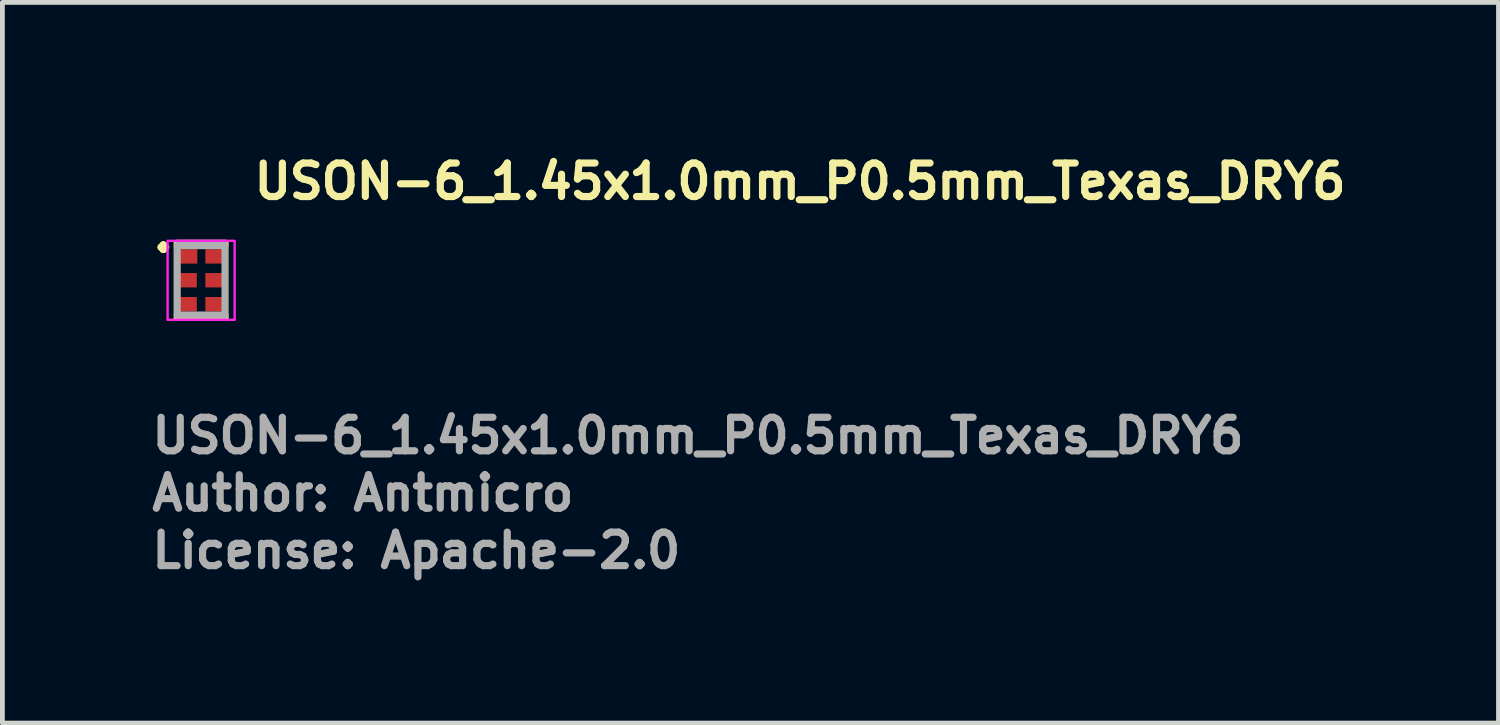
<source format=kicad_pcb>
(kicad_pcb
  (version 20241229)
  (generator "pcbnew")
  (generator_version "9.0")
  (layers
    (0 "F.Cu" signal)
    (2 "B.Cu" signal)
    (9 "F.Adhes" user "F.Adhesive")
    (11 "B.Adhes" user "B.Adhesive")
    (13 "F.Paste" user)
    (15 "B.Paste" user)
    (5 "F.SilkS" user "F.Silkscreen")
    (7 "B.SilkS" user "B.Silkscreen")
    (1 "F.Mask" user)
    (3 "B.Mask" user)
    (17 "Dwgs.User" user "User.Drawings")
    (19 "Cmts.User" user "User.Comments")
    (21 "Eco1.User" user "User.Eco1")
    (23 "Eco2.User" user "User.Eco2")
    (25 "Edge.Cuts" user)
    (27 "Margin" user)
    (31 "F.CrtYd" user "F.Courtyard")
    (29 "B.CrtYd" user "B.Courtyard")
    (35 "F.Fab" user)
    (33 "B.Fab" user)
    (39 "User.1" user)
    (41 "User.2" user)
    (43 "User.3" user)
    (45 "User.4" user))
  (footprint "USON-6_1.45x1.0mm_P0.5mm_Texas_DRY6"
    (layer "F.Cu")
    (at 0.863 2.308)
    (property "Reference" "USON-6_1.45x1.0mm_P0.5mm_Texas_DRY6" (at 1.322 -1.158 0) (layer "F.SilkS") (effects (font (size 0.7 0.7) (thickness 0.15)) (justify left bottom)))
    (attr smd)
    (fp_line (start -0.211 -0.275) (end 0.79 -0.275) (stroke (width 0.15) (type solid)) (layer "F.SilkS"))
    (fp_line (start -0.211 1.275) (end 0.79 1.275) (stroke (width 0.15) (type solid)) (layer "F.SilkS"))
    (fp_rect (start -0.411 -0.326) (end 0.99 1.325) (stroke (width 0.05) (type solid)) (fill no) (layer "F.CrtYd"))
    (fp_line (start -0.211 -0.226) (end -0.211 1.225) (stroke (width 0.15) (type solid)) (layer "F.Fab"))
    (fp_line (start -0.211 -0.226) (end 0.79 -0.226) (stroke (width 0.15) (type solid)) (layer "F.Fab"))
    (fp_line (start -0.211 1.225) (end 0.79 1.225) (stroke (width 0.15) (type solid)) (layer "F.Fab"))
    (fp_line (start 0.79 1.225) (end 0.79 -0.226) (stroke (width 0.15) (type solid)) (layer "F.Fab"))
    (fp_rect (start -0.211 -0.226) (end 0.79 1.225) (stroke (width 0.1) (type solid)) (fill no) (layer "User.5"))
    (fp_line (start -0.211 -0.226) (end -0.211 1.225) (stroke (width 0.02) (type solid)) (layer "User.9"))
    (fp_line (start -0.211 1.225) (end 0.79 1.225) (stroke (width 0.02) (type solid)) (layer "User.9"))
    (fp_line (start -0.102 -0.03) (end -0.102 -0.026) (stroke (width 0.02) (type solid)) (layer "User.9"))
    (fp_line (start -0.102 -0.03) (end -0.102 -0.026) (stroke (width 0.02) (type solid)) (layer "User.9"))
    (fp_line (start -0.102 -0.026) (end -0.102 -0.022) (stroke (width 0.02) (type solid)) (layer "User.9"))
    (fp_line (start -0.102 -0.026) (end -0.102 -0.022) (stroke (width 0.02) (type solid)) (layer "User.9"))
    (fp_line (start -0.102 -0.022) (end -0.102 -0.018) (stroke (width 0.02) (type solid)) (layer "User.9"))
    (fp_line (start -0.102 -0.022) (end -0.102 -0.018) (stroke (width 0.02) (type solid)) (layer "User.9"))
    (fp_line (start -0.102 -0.018) (end -0.102 -0.014) (stroke (width 0.02) (type solid)) (layer "User.9"))
    (fp_line (start -0.102 -0.018) (end -0.102 -0.014) (stroke (width 0.02) (type solid)) (layer "User.9"))
    (fp_line (start -0.102 -0.014) (end -0.101 -0.01) (stroke (width 0.02) (type solid)) (layer "User.9"))
    (fp_line (start -0.102 -0.014) (end -0.101 -0.01) (stroke (width 0.02) (type solid)) (layer "User.9"))
    (fp_line (start -0.101 -0.034) (end -0.102 -0.03) (stroke (width 0.02) (type solid)) (layer "User.9"))
    (fp_line (start -0.101 -0.034) (end -0.102 -0.03) (stroke (width 0.02) (type solid)) (layer "User.9"))
    (fp_line (start -0.101 -0.01) (end -0.1 -0.005) (stroke (width 0.02) (type solid)) (layer "User.9"))
    (fp_line (start -0.101 -0.01) (end -0.1 -0.005) (stroke (width 0.02) (type solid)) (layer "User.9"))
    (fp_line (start -0.1 -0.037) (end -0.101 -0.034) (stroke (width 0.02) (type solid)) (layer "User.9"))
    (fp_line (start -0.1 -0.037) (end -0.101 -0.034) (stroke (width 0.02) (type solid)) (layer "User.9"))
    (fp_line (start -0.1 -0.005) (end -0.099 -0.001) (stroke (width 0.02) (type solid)) (layer "User.9"))
    (fp_line (start -0.1 -0.005) (end -0.099 -0.001) (stroke (width 0.02) (type solid)) (layer "User.9"))
    (fp_line (start -0.099 -0.042) (end -0.1 -0.037) (stroke (width 0.02) (type solid)) (layer "User.9"))
    (fp_line (start -0.099 -0.042) (end -0.1 -0.037) (stroke (width 0.02) (type solid)) (layer "User.9"))
    (fp_line (start -0.099 -0.001) (end -0.098 0.003) (stroke (width 0.02) (type solid)) (layer "User.9"))
    (fp_line (start -0.099 -0.001) (end -0.098 0.003) (stroke (width 0.02) (type solid)) (layer "User.9"))
    (fp_line (start -0.098 -0.044) (end -0.099 -0.042) (stroke (width 0.02) (type solid)) (layer "User.9"))
    (fp_line (start -0.098 -0.044) (end -0.099 -0.042) (stroke (width 0.02) (type solid)) (layer "User.9"))
    (fp_line (start -0.098 0.003) (end -0.095 0.007) (stroke (width 0.02) (type solid)) (layer "User.9"))
    (fp_line (start -0.098 0.003) (end -0.095 0.007) (stroke (width 0.02) (type solid)) (layer "User.9"))
    (fp_line (start -0.095 -0.048) (end -0.098 -0.044) (stroke (width 0.02) (type solid)) (layer "User.9"))
    (fp_line (start -0.095 -0.048) (end -0.098 -0.044) (stroke (width 0.02) (type solid)) (layer "User.9"))
    (fp_line (start -0.095 0.007) (end -0.093 0.01) (stroke (width 0.02) (type solid)) (layer "User.9"))
    (fp_line (start -0.095 0.007) (end -0.093 0.01) (stroke (width 0.02) (type solid)) (layer "User.9"))
    (fp_line (start -0.093 -0.053) (end -0.095 -0.048) (stroke (width 0.02) (type solid)) (layer "User.9"))
    (fp_line (start -0.093 -0.053) (end -0.095 -0.048) (stroke (width 0.02) (type solid)) (layer "User.9"))
    (fp_line (start -0.093 -0.053) (end -0.093 -0.053) (stroke (width 0.02) (type solid)) (layer "User.9"))
    (fp_line (start -0.093 -0.053) (end -0.093 -0.053) (stroke (width 0.02) (type solid)) (layer "User.9"))
    (fp_line (start -0.093 0.01) (end -0.093 0.01) (stroke (width 0.02) (type solid)) (layer "User.9"))
    (fp_line (start -0.093 0.01) (end -0.093 0.01) (stroke (width 0.02) (type solid)) (layer "User.9"))
    (fp_line (start -0.093 0.01) (end -0.092 0.012) (stroke (width 0.02) (type solid)) (layer "User.9"))
    (fp_line (start -0.093 0.01) (end -0.092 0.012) (stroke (width 0.02) (type solid)) (layer "User.9"))
    (fp_line (start -0.092 0.012) (end -0.091 0.014) (stroke (width 0.02) (type solid)) (layer "User.9"))
    (fp_line (start -0.092 0.012) (end -0.091 0.014) (stroke (width 0.02) (type solid)) (layer "User.9"))
    (fp_line (start -0.091 -0.055) (end -0.093 -0.053) (stroke (width 0.02) (type solid)) (layer "User.9"))
    (fp_line (start -0.091 -0.055) (end -0.093 -0.053) (stroke (width 0.02) (type solid)) (layer "User.9"))
    (fp_line (start -0.091 0.014) (end -0.09 0.014) (stroke (width 0.02) (type solid)) (layer "User.9"))
    (fp_line (start -0.091 0.014) (end -0.09 0.014) (stroke (width 0.02) (type solid)) (layer "User.9"))
    (fp_line (start -0.09 0.014) (end -0.089 0.017) (stroke (width 0.02) (type solid)) (layer "User.9"))
    (fp_line (start -0.09 0.014) (end -0.089 0.017) (stroke (width 0.02) (type solid)) (layer "User.9"))
    (fp_line (start -0.089 -0.06) (end -0.091 -0.055) (stroke (width 0.02) (type solid)) (layer "User.9"))
    (fp_line (start -0.089 -0.06) (end -0.091 -0.055) (stroke (width 0.02) (type solid)) (layer "User.9"))
    (fp_line (start -0.089 0.017) (end -0.088 0.018) (stroke (width 0.02) (type solid)) (layer "User.9"))
    (fp_line (start -0.089 0.017) (end -0.088 0.018) (stroke (width 0.02) (type solid)) (layer "User.9"))
    (fp_line (start -0.088 0.018) (end -0.087 0.02) (stroke (width 0.02) (type solid)) (layer "User.9"))
    (fp_line (start -0.088 0.018) (end -0.087 0.02) (stroke (width 0.02) (type solid)) (layer "User.9"))
    (fp_line (start -0.087 -0.062) (end -0.089 -0.06) (stroke (width 0.02) (type solid)) (layer "User.9"))
    (fp_line (start -0.087 -0.062) (end -0.089 -0.06) (stroke (width 0.02) (type solid)) (layer "User.9"))
    (fp_line (start -0.087 0.02) (end -0.086 0.021) (stroke (width 0.02) (type solid)) (layer "User.9"))
    (fp_line (start -0.087 0.02) (end -0.086 0.021) (stroke (width 0.02) (type solid)) (layer "User.9"))
    (fp_line (start -0.086 0.021) (end -0.084 0.022) (stroke (width 0.02) (type solid)) (layer "User.9"))
    (fp_line (start -0.086 0.021) (end -0.084 0.022) (stroke (width 0.02) (type solid)) (layer "User.9"))
    (fp_line (start -0.084 -0.066) (end -0.087 -0.062) (stroke (width 0.02) (type solid)) (layer "User.9"))
    (fp_line (start -0.084 -0.066) (end -0.087 -0.062) (stroke (width 0.02) (type solid)) (layer "User.9"))
    (fp_line (start -0.084 0.022) (end -0.083 0.025) (stroke (width 0.02) (type solid)) (layer "User.9"))
    (fp_line (start -0.084 0.022) (end -0.083 0.025) (stroke (width 0.02) (type solid)) (layer "User.9"))
    (fp_line (start -0.083 0.025) (end -0.08 0.026) (stroke (width 0.02) (type solid)) (layer "User.9"))
    (fp_line (start -0.083 0.025) (end -0.08 0.026) (stroke (width 0.02) (type solid)) (layer "User.9"))
    (fp_line (start -0.08 -0.069) (end -0.084 -0.066) (stroke (width 0.02) (type solid)) (layer "User.9"))
    (fp_line (start -0.08 -0.069) (end -0.084 -0.066) (stroke (width 0.02) (type solid)) (layer "User.9"))
    (fp_line (start -0.08 0.026) (end -0.079 0.026) (stroke (width 0.02) (type solid)) (layer "User.9"))
    (fp_line (start -0.08 0.026) (end -0.079 0.026) (stroke (width 0.02) (type solid)) (layer "User.9"))
    (fp_line (start -0.079 0.026) (end -0.077 0.028) (stroke (width 0.02) (type solid)) (layer "User.9"))
    (fp_line (start -0.079 0.026) (end -0.077 0.028) (stroke (width 0.02) (type solid)) (layer "User.9"))
    (fp_line (start -0.077 -0.071) (end -0.08 -0.069) (stroke (width 0.02) (type solid)) (layer "User.9"))
    (fp_line (start -0.077 -0.071) (end -0.08 -0.069) (stroke (width 0.02) (type solid)) (layer "User.9"))
    (fp_line (start -0.077 0.028) (end -0.075 0.029) (stroke (width 0.02) (type solid)) (layer "User.9"))
    (fp_line (start -0.077 0.028) (end -0.075 0.029) (stroke (width 0.02) (type solid)) (layer "User.9"))
    (fp_line (start -0.075 0.029) (end -0.074 0.03) (stroke (width 0.02) (type solid)) (layer "User.9"))
    (fp_line (start -0.075 0.029) (end -0.074 0.03) (stroke (width 0.02) (type solid)) (layer "User.9"))
    (fp_line (start -0.074 -0.073) (end -0.077 -0.071) (stroke (width 0.02) (type solid)) (layer "User.9"))
    (fp_line (start -0.074 -0.073) (end -0.077 -0.071) (stroke (width 0.02) (type solid)) (layer "User.9"))
    (fp_line (start -0.074 0.03) (end -0.073 0.032) (stroke (width 0.02) (type solid)) (layer "User.9"))
    (fp_line (start -0.074 0.03) (end -0.073 0.032) (stroke (width 0.02) (type solid)) (layer "User.9"))
    (fp_line (start -0.073 0.032) (end -0.071 0.033) (stroke (width 0.02) (type solid)) (layer "User.9"))
    (fp_line (start -0.073 0.032) (end -0.071 0.033) (stroke (width 0.02) (type solid)) (layer "User.9"))
    (fp_line (start -0.071 -0.075) (end -0.074 -0.073) (stroke (width 0.02) (type solid)) (layer "User.9"))
    (fp_line (start -0.071 -0.075) (end -0.074 -0.073) (stroke (width 0.02) (type solid)) (layer "User.9"))
    (fp_line (start -0.071 0.033) (end -0.07 0.034) (stroke (width 0.02) (type solid)) (layer "User.9"))
    (fp_line (start -0.071 0.033) (end -0.07 0.034) (stroke (width 0.02) (type solid)) (layer "User.9"))
    (fp_line (start -0.07 0.034) (end -0.068 0.035) (stroke (width 0.02) (type solid)) (layer "User.9"))
    (fp_line (start -0.07 0.034) (end -0.068 0.035) (stroke (width 0.02) (type solid)) (layer "User.9"))
    (fp_line (start -0.068 -0.076) (end -0.071 -0.075) (stroke (width 0.02) (type solid)) (layer "User.9"))
    (fp_line (start -0.068 -0.076) (end -0.071 -0.075) (stroke (width 0.02) (type solid)) (layer "User.9"))
    (fp_line (start -0.068 0.035) (end -0.066 0.036) (stroke (width 0.02) (type solid)) (layer "User.9"))
    (fp_line (start -0.068 0.035) (end -0.066 0.036) (stroke (width 0.02) (type solid)) (layer "User.9"))
    (fp_line (start -0.066 0.036) (end -0.063 0.036) (stroke (width 0.02) (type solid)) (layer "User.9"))
    (fp_line (start -0.066 0.036) (end -0.063 0.036) (stroke (width 0.02) (type solid)) (layer "User.9"))
    (fp_line (start -0.063 -0.078) (end -0.068 -0.076) (stroke (width 0.02) (type solid)) (layer "User.9"))
    (fp_line (start -0.063 -0.078) (end -0.068 -0.076) (stroke (width 0.02) (type solid)) (layer "User.9"))
    (fp_line (start -0.063 0.036) (end -0.061 0.036) (stroke (width 0.02) (type solid)) (layer "User.9"))
    (fp_line (start -0.063 0.036) (end -0.061 0.036) (stroke (width 0.02) (type solid)) (layer "User.9"))
    (fp_line (start -0.061 0.036) (end -0.06 0.037) (stroke (width 0.02) (type solid)) (layer "User.9"))
    (fp_line (start -0.061 0.036) (end -0.06 0.037) (stroke (width 0.02) (type solid)) (layer "User.9"))
    (fp_line (start -0.06 -0.08) (end -0.063 -0.078) (stroke (width 0.02) (type solid)) (layer "User.9"))
    (fp_line (start -0.06 -0.08) (end -0.063 -0.078) (stroke (width 0.02) (type solid)) (layer "User.9"))
    (fp_line (start -0.06 0.037) (end -0.059 0.037) (stroke (width 0.02) (type solid)) (layer "User.9"))
    (fp_line (start -0.06 0.037) (end -0.059 0.037) (stroke (width 0.02) (type solid)) (layer "User.9"))
    (fp_line (start -0.059 0.037) (end -0.056 0.038) (stroke (width 0.02) (type solid)) (layer "User.9"))
    (fp_line (start -0.059 0.037) (end -0.056 0.038) (stroke (width 0.02) (type solid)) (layer "User.9"))
    (fp_line (start -0.056 -0.082) (end -0.06 -0.08) (stroke (width 0.02) (type solid)) (layer "User.9"))
    (fp_line (start -0.056 -0.082) (end -0.06 -0.08) (stroke (width 0.02) (type solid)) (layer "User.9"))
    (fp_line (start -0.056 0.038) (end -0.054 0.04) (stroke (width 0.02) (type solid)) (layer "User.9"))
    (fp_line (start -0.056 0.038) (end -0.054 0.04) (stroke (width 0.02) (type solid)) (layer "User.9"))
    (fp_line (start -0.054 0.04) (end -0.053 0.04) (stroke (width 0.02) (type solid)) (layer "User.9"))
    (fp_line (start -0.054 0.04) (end -0.053 0.04) (stroke (width 0.02) (type solid)) (layer "User.9"))
    (fp_line (start -0.053 -0.083) (end -0.056 -0.082) (stroke (width 0.02) (type solid)) (layer "User.9"))
    (fp_line (start -0.053 -0.083) (end -0.056 -0.082) (stroke (width 0.02) (type solid)) (layer "User.9"))
    (fp_line (start -0.053 0.04) (end -0.051 0.04) (stroke (width 0.02) (type solid)) (layer "User.9"))
    (fp_line (start -0.053 0.04) (end -0.051 0.04) (stroke (width 0.02) (type solid)) (layer "User.9"))
    (fp_line (start -0.051 0.04) (end -0.048 0.041) (stroke (width 0.02) (type solid)) (layer "User.9"))
    (fp_line (start -0.051 0.04) (end -0.048 0.041) (stroke (width 0.02) (type solid)) (layer "User.9"))
    (fp_line (start -0.048 -0.083) (end -0.053 -0.083) (stroke (width 0.02) (type solid)) (layer "User.9"))
    (fp_line (start -0.048 -0.083) (end -0.053 -0.083) (stroke (width 0.02) (type solid)) (layer "User.9"))
    (fp_line (start -0.048 0.041) (end -0.046 0.041) (stroke (width 0.02) (type solid)) (layer "User.9"))
    (fp_line (start -0.048 0.041) (end -0.046 0.041) (stroke (width 0.02) (type solid)) (layer "User.9"))
    (fp_line (start -0.046 0.041) (end -0.044 0.041) (stroke (width 0.02) (type solid)) (layer "User.9"))
    (fp_line (start -0.046 0.041) (end -0.044 0.041) (stroke (width 0.02) (type solid)) (layer "User.9"))
    (fp_line (start -0.044 -0.084) (end -0.048 -0.083) (stroke (width 0.02) (type solid)) (layer "User.9"))
    (fp_line (start -0.044 -0.084) (end -0.048 -0.083) (stroke (width 0.02) (type solid)) (layer "User.9"))
    (fp_line (start -0.044 0.041) (end -0.042 0.041) (stroke (width 0.02) (type solid)) (layer "User.9"))
    (fp_line (start -0.044 0.041) (end -0.042 0.041) (stroke (width 0.02) (type solid)) (layer "User.9"))
    (fp_line (start -0.042 0.041) (end -0.039 0.041) (stroke (width 0.02) (type solid)) (layer "User.9"))
    (fp_line (start -0.042 0.041) (end -0.039 0.041) (stroke (width 0.02) (type solid)) (layer "User.9"))
    (fp_line (start -0.039 -0.084) (end -0.044 -0.084) (stroke (width 0.02) (type solid)) (layer "User.9"))
    (fp_line (start -0.039 -0.084) (end -0.044 -0.084) (stroke (width 0.02) (type solid)) (layer "User.9"))
    (fp_line (start -0.039 0.041) (end -0.036 0.041) (stroke (width 0.02) (type solid)) (layer "User.9"))
    (fp_line (start -0.039 0.041) (end -0.036 0.041) (stroke (width 0.02) (type solid)) (layer "User.9"))
    (fp_line (start -0.037 -0.084) (end -0.039 -0.084) (stroke (width 0.02) (type solid)) (layer "User.9"))
    (fp_line (start -0.037 -0.084) (end -0.039 -0.084) (stroke (width 0.02) (type solid)) (layer "User.9"))
    (fp_line (start -0.036 -0.084) (end -0.037 -0.084) (stroke (width 0.02) (type solid)) (layer "User.9"))
    (fp_line (start -0.036 -0.084) (end -0.037 -0.084) (stroke (width 0.02) (type solid)) (layer "User.9"))
    (fp_line (start -0.036 0.041) (end -0.031 0.041) (stroke (width 0.02) (type solid)) (layer "User.9"))
    (fp_line (start -0.036 0.041) (end -0.031 0.041) (stroke (width 0.02) (type solid)) (layer "User.9"))
    (fp_line (start -0.034 -0.084) (end -0.036 -0.084) (stroke (width 0.02) (type solid)) (layer "User.9"))
    (fp_line (start -0.034 -0.084) (end -0.036 -0.084) (stroke (width 0.02) (type solid)) (layer "User.9"))
    (fp_line (start -0.031 -0.083) (end -0.034 -0.084) (stroke (width 0.02) (type solid)) (layer "User.9"))
    (fp_line (start -0.031 -0.083) (end -0.034 -0.084) (stroke (width 0.02) (type solid)) (layer "User.9"))
    (fp_line (start -0.031 0.041) (end -0.027 0.04) (stroke (width 0.02) (type solid)) (layer "User.9"))
    (fp_line (start -0.031 0.041) (end -0.027 0.04) (stroke (width 0.02) (type solid)) (layer "User.9"))
    (fp_line (start -0.03 -0.083) (end -0.031 -0.083) (stroke (width 0.02) (type solid)) (layer "User.9"))
    (fp_line (start -0.03 -0.083) (end -0.031 -0.083) (stroke (width 0.02) (type solid)) (layer "User.9"))
    (fp_line (start -0.027 -0.083) (end -0.03 -0.083) (stroke (width 0.02) (type solid)) (layer "User.9"))
    (fp_line (start -0.027 -0.083) (end -0.03 -0.083) (stroke (width 0.02) (type solid)) (layer "User.9"))
    (fp_line (start -0.027 0.04) (end -0.023 0.038) (stroke (width 0.02) (type solid)) (layer "User.9"))
    (fp_line (start -0.027 0.04) (end -0.023 0.038) (stroke (width 0.02) (type solid)) (layer "User.9"))
    (fp_line (start -0.026 -0.082) (end -0.027 -0.083) (stroke (width 0.02) (type solid)) (layer "User.9"))
    (fp_line (start -0.026 -0.082) (end -0.027 -0.083) (stroke (width 0.02) (type solid)) (layer "User.9"))
    (fp_line (start -0.023 -0.082) (end -0.026 -0.082) (stroke (width 0.02) (type solid)) (layer "User.9"))
    (fp_line (start -0.023 -0.082) (end -0.026 -0.082) (stroke (width 0.02) (type solid)) (layer "User.9"))
    (fp_line (start -0.023 0.038) (end -0.019 0.037) (stroke (width 0.02) (type solid)) (layer "User.9"))
    (fp_line (start -0.023 0.038) (end -0.019 0.037) (stroke (width 0.02) (type solid)) (layer "User.9"))
    (fp_line (start -0.022 -0.08) (end -0.023 -0.082) (stroke (width 0.02) (type solid)) (layer "User.9"))
    (fp_line (start -0.022 -0.08) (end -0.023 -0.082) (stroke (width 0.02) (type solid)) (layer "User.9"))
    (fp_line (start -0.019 -0.08) (end -0.022 -0.08) (stroke (width 0.02) (type solid)) (layer "User.9"))
    (fp_line (start -0.019 -0.08) (end -0.022 -0.08) (stroke (width 0.02) (type solid)) (layer "User.9"))
    (fp_line (start -0.019 0.037) (end -0.016 0.036) (stroke (width 0.02) (type solid)) (layer "User.9"))
    (fp_line (start -0.019 0.037) (end -0.016 0.036) (stroke (width 0.02) (type solid)) (layer "User.9"))
    (fp_line (start -0.018 -0.079) (end -0.019 -0.08) (stroke (width 0.02) (type solid)) (layer "User.9"))
    (fp_line (start -0.018 -0.079) (end -0.019 -0.08) (stroke (width 0.02) (type solid)) (layer "User.9"))
    (fp_line (start -0.016 -0.078) (end -0.018 -0.079) (stroke (width 0.02) (type solid)) (layer "User.9"))
    (fp_line (start -0.016 -0.078) (end -0.018 -0.079) (stroke (width 0.02) (type solid)) (layer "User.9"))
    (fp_line (start -0.016 0.036) (end -0.012 0.035) (stroke (width 0.02) (type solid)) (layer "User.9"))
    (fp_line (start -0.016 0.036) (end -0.012 0.035) (stroke (width 0.02) (type solid)) (layer "User.9"))
    (fp_line (start -0.014 -0.077) (end -0.016 -0.078) (stroke (width 0.02) (type solid)) (layer "User.9"))
    (fp_line (start -0.014 -0.077) (end -0.016 -0.078) (stroke (width 0.02) (type solid)) (layer "User.9"))
    (fp_line (start -0.012 -0.076) (end -0.014 -0.077) (stroke (width 0.02) (type solid)) (layer "User.9"))
    (fp_line (start -0.012 -0.076) (end -0.014 -0.077) (stroke (width 0.02) (type solid)) (layer "User.9"))
    (fp_line (start -0.012 0.035) (end -0.008 0.033) (stroke (width 0.02) (type solid)) (layer "User.9"))
    (fp_line (start -0.012 0.035) (end -0.008 0.033) (stroke (width 0.02) (type solid)) (layer "User.9"))
    (fp_line (start -0.01 -0.076) (end -0.012 -0.076) (stroke (width 0.02) (type solid)) (layer "User.9"))
    (fp_line (start -0.01 -0.076) (end -0.012 -0.076) (stroke (width 0.02) (type solid)) (layer "User.9"))
    (fp_line (start -0.008 -0.075) (end -0.01 -0.076) (stroke (width 0.02) (type solid)) (layer "User.9"))
    (fp_line (start -0.008 -0.075) (end -0.01 -0.076) (stroke (width 0.02) (type solid)) (layer "User.9"))
    (fp_line (start -0.008 0.033) (end -0.005 0.03) (stroke (width 0.02) (type solid)) (layer "User.9"))
    (fp_line (start -0.008 0.033) (end -0.005 0.03) (stroke (width 0.02) (type solid)) (layer "User.9"))
    (fp_line (start -0.007 -0.074) (end -0.008 -0.075) (stroke (width 0.02) (type solid)) (layer "User.9"))
    (fp_line (start -0.007 -0.074) (end -0.008 -0.075) (stroke (width 0.02) (type solid)) (layer "User.9"))
    (fp_line (start -0.005 -0.073) (end -0.007 -0.074) (stroke (width 0.02) (type solid)) (layer "User.9"))
    (fp_line (start -0.005 -0.073) (end -0.007 -0.074) (stroke (width 0.02) (type solid)) (layer "User.9"))
    (fp_line (start -0.005 0.03) (end -0.002 0.028) (stroke (width 0.02) (type solid)) (layer "User.9"))
    (fp_line (start -0.005 0.03) (end -0.002 0.028) (stroke (width 0.02) (type solid)) (layer "User.9"))
    (fp_line (start -0.003 -0.072) (end -0.005 -0.073) (stroke (width 0.02) (type solid)) (layer "User.9"))
    (fp_line (start -0.003 -0.072) (end -0.005 -0.073) (stroke (width 0.02) (type solid)) (layer "User.9"))
    (fp_line (start -0.002 -0.071) (end -0.003 -0.072) (stroke (width 0.02) (type solid)) (layer "User.9"))
    (fp_line (start -0.002 -0.071) (end -0.003 -0.072) (stroke (width 0.02) (type solid)) (layer "User.9"))
    (fp_line (start -0.002 0.028) (end 0.001 0.026) (stroke (width 0.02) (type solid)) (layer "User.9"))
    (fp_line (start -0.002 0.028) (end 0.001 0.026) (stroke (width 0.02) (type solid)) (layer "User.9"))
    (fp_line (start 0 -0.07) (end -0.002 -0.071) (stroke (width 0.02) (type solid)) (layer "User.9"))
    (fp_line (start 0 -0.07) (end -0.002 -0.071) (stroke (width 0.02) (type solid)) (layer "User.9"))
    (fp_line (start 0.001 -0.069) (end 0 -0.07) (stroke (width 0.02) (type solid)) (layer "User.9"))
    (fp_line (start 0.001 -0.069) (end 0 -0.07) (stroke (width 0.02) (type solid)) (layer "User.9"))
    (fp_line (start 0.001 0.026) (end 0.004 0.022) (stroke (width 0.02) (type solid)) (layer "User.9"))
    (fp_line (start 0.001 0.026) (end 0.004 0.022) (stroke (width 0.02) (type solid)) (layer "User.9"))
    (fp_line (start 0.003 -0.067) (end 0.001 -0.069) (stroke (width 0.02) (type solid)) (layer "User.9"))
    (fp_line (start 0.003 -0.067) (end 0.001 -0.069) (stroke (width 0.02) (type solid)) (layer "User.9"))
    (fp_line (start 0.004 -0.066) (end 0.003 -0.067) (stroke (width 0.02) (type solid)) (layer "User.9"))
    (fp_line (start 0.004 -0.066) (end 0.003 -0.067) (stroke (width 0.02) (type solid)) (layer "User.9"))
    (fp_line (start 0.004 0.022) (end 0.007 0.02) (stroke (width 0.02) (type solid)) (layer "User.9"))
    (fp_line (start 0.004 0.022) (end 0.007 0.02) (stroke (width 0.02) (type solid)) (layer "User.9"))
    (fp_line (start 0.006 -0.063) (end 0.004 -0.066) (stroke (width 0.02) (type solid)) (layer "User.9"))
    (fp_line (start 0.006 -0.063) (end 0.004 -0.066) (stroke (width 0.02) (type solid)) (layer "User.9"))
    (fp_line (start 0.007 -0.062) (end 0.006 -0.063) (stroke (width 0.02) (type solid)) (layer "User.9"))
    (fp_line (start 0.007 -0.062) (end 0.006 -0.063) (stroke (width 0.02) (type solid)) (layer "User.9"))
    (fp_line (start 0.007 0.02) (end 0.01 0.017) (stroke (width 0.02) (type solid)) (layer "User.9"))
    (fp_line (start 0.007 0.02) (end 0.01 0.017) (stroke (width 0.02) (type solid)) (layer "User.9"))
    (fp_line (start 0.008 -0.06) (end 0.007 -0.062) (stroke (width 0.02) (type solid)) (layer "User.9"))
    (fp_line (start 0.008 -0.06) (end 0.007 -0.062) (stroke (width 0.02) (type solid)) (layer "User.9"))
    (fp_line (start 0.01 -0.06) (end 0.008 -0.06) (stroke (width 0.02) (type solid)) (layer "User.9"))
    (fp_line (start 0.01 -0.06) (end 0.008 -0.06) (stroke (width 0.02) (type solid)) (layer "User.9"))
    (fp_line (start 0.01 -0.058) (end 0.01 -0.06) (stroke (width 0.02) (type solid)) (layer "User.9"))
    (fp_line (start 0.01 -0.058) (end 0.01 -0.06) (stroke (width 0.02) (type solid)) (layer "User.9"))
    (fp_line (start 0.01 0.017) (end 0.012 0.014) (stroke (width 0.02) (type solid)) (layer "User.9"))
    (fp_line (start 0.01 0.017) (end 0.012 0.014) (stroke (width 0.02) (type solid)) (layer "User.9"))
    (fp_line (start 0.012 -0.055) (end 0.01 -0.058) (stroke (width 0.02) (type solid)) (layer "User.9"))
    (fp_line (start 0.012 -0.055) (end 0.01 -0.058) (stroke (width 0.02) (type solid)) (layer "User.9"))
    (fp_line (start 0.012 0.014) (end 0.014 0.01) (stroke (width 0.02) (type solid)) (layer "User.9"))
    (fp_line (start 0.012 0.014) (end 0.014 0.01) (stroke (width 0.02) (type solid)) (layer "User.9"))
    (fp_line (start 0.013 -0.054) (end 0.012 -0.055) (stroke (width 0.02) (type solid)) (layer "User.9"))
    (fp_line (start 0.013 -0.054) (end 0.012 -0.055) (stroke (width 0.02) (type solid)) (layer "User.9"))
    (fp_line (start 0.014 -0.053) (end 0.013 -0.054) (stroke (width 0.02) (type solid)) (layer "User.9"))
    (fp_line (start 0.014 -0.053) (end 0.013 -0.054) (stroke (width 0.02) (type solid)) (layer "User.9"))
    (fp_line (start 0.014 -0.053) (end 0.014 -0.053) (stroke (width 0.02) (type solid)) (layer "User.9"))
    (fp_line (start 0.014 -0.053) (end 0.014 -0.053) (stroke (width 0.02) (type solid)) (layer "User.9"))
    (fp_line (start 0.014 0.01) (end 0.014 0.01) (stroke (width 0.02) (type solid)) (layer "User.9"))
    (fp_line (start 0.014 0.01) (end 0.014 0.01) (stroke (width 0.02) (type solid)) (layer "User.9"))
    (fp_line (start 0.014 0.01) (end 0.016 0.007) (stroke (width 0.02) (type solid)) (layer "User.9"))
    (fp_line (start 0.014 0.01) (end 0.016 0.007) (stroke (width 0.02) (type solid)) (layer "User.9"))
    (fp_line (start 0.016 -0.048) (end 0.014 -0.053) (stroke (width 0.02) (type solid)) (layer "User.9"))
    (fp_line (start 0.016 -0.048) (end 0.014 -0.053) (stroke (width 0.02) (type solid)) (layer "User.9"))
    (fp_line (start 0.016 0.007) (end 0.018 0.003) (stroke (width 0.02) (type solid)) (layer "User.9"))
    (fp_line (start 0.016 0.007) (end 0.018 0.003) (stroke (width 0.02) (type solid)) (layer "User.9"))
    (fp_line (start 0.018 -0.044) (end 0.016 -0.048) (stroke (width 0.02) (type solid)) (layer "User.9"))
    (fp_line (start 0.018 -0.044) (end 0.016 -0.048) (stroke (width 0.02) (type solid)) (layer "User.9"))
    (fp_line (start 0.018 -0.042) (end 0.018 -0.044) (stroke (width 0.02) (type solid)) (layer "User.9"))
    (fp_line (start 0.018 -0.042) (end 0.018 -0.044) (stroke (width 0.02) (type solid)) (layer "User.9"))
    (fp_line (start 0.018 -0.001) (end 0.021 -0.005) (stroke (width 0.02) (type solid)) (layer "User.9"))
    (fp_line (start 0.018 -0.001) (end 0.021 -0.005) (stroke (width 0.02) (type solid)) (layer "User.9"))
    (fp_line (start 0.018 0.003) (end 0.018 -0.001) (stroke (width 0.02) (type solid)) (layer "User.9"))
    (fp_line (start 0.018 0.003) (end 0.018 -0.001) (stroke (width 0.02) (type solid)) (layer "User.9"))
    (fp_line (start 0.021 -0.037) (end 0.018 -0.042) (stroke (width 0.02) (type solid)) (layer "User.9"))
    (fp_line (start 0.021 -0.037) (end 0.018 -0.042) (stroke (width 0.02) (type solid)) (layer "User.9"))
    (fp_line (start 0.021 -0.034) (end 0.021 -0.037) (stroke (width 0.02) (type solid)) (layer "User.9"))
    (fp_line (start 0.021 -0.034) (end 0.021 -0.037) (stroke (width 0.02) (type solid)) (layer "User.9"))
    (fp_line (start 0.021 -0.03) (end 0.021 -0.034) (stroke (width 0.02) (type solid)) (layer "User.9"))
    (fp_line (start 0.021 -0.03) (end 0.021 -0.034) (stroke (width 0.02) (type solid)) (layer "User.9"))
    (fp_line (start 0.021 -0.026) (end 0.021 -0.03) (stroke (width 0.02) (type solid)) (layer "User.9"))
    (fp_line (start 0.021 -0.026) (end 0.021 -0.03) (stroke (width 0.02) (type solid)) (layer "User.9"))
    (fp_line (start 0.021 -0.018) (end 0.022 -0.022) (stroke (width 0.02) (type solid)) (layer "User.9"))
    (fp_line (start 0.021 -0.018) (end 0.022 -0.022) (stroke (width 0.02) (type solid)) (layer "User.9"))
    (fp_line (start 0.021 -0.014) (end 0.021 -0.018) (stroke (width 0.02) (type solid)) (layer "User.9"))
    (fp_line (start 0.021 -0.014) (end 0.021 -0.018) (stroke (width 0.02) (type solid)) (layer "User.9"))
    (fp_line (start 0.021 -0.01) (end 0.021 -0.014) (stroke (width 0.02) (type solid)) (layer "User.9"))
    (fp_line (start 0.021 -0.01) (end 0.021 -0.014) (stroke (width 0.02) (type solid)) (layer "User.9"))
    (fp_line (start 0.021 -0.005) (end 0.021 -0.01) (stroke (width 0.02) (type solid)) (layer "User.9"))
    (fp_line (start 0.021 -0.005) (end 0.021 -0.01) (stroke (width 0.02) (type solid)) (layer "User.9"))
    (fp_line (start 0.022 -0.022) (end 0.021 -0.026) (stroke (width 0.02) (type solid)) (layer "User.9"))
    (fp_line (start 0.022 -0.022) (end 0.021 -0.026) (stroke (width 0.02) (type solid)) (layer "User.9"))
    (fp_line (start 0.79 -0.226) (end -0.211 -0.226) (stroke (width 0.02) (type solid)) (layer "User.9"))
    (fp_line (start 0.79 1.225) (end 0.79 -0.226) (stroke (width 0.02) (type solid)) (layer "User.9"))
    (fp_text user "." (at -0.5 -0.6 0) (layer "F.SilkS") (effects (font (size 1 1) (thickness 0.15))))
    (fp_text user "${REFERENCE}" (at -0.812 4.155 0) (layer "F.Fab") (effects (font (size 0.7 0.7) (thickness 0.15)) (justify left bottom)))
    (fp_text user "License: Apache-2.0" (at -0.812 6.555 0) (layer "F.Fab") (effects (font (size 0.7 0.7) (thickness 0.15)) (justify left bottom)))
    (fp_text user "Author: Antmicro" (at -0.812 5.355 0) (layer "F.Fab") (effects (font (size 0.7 0.7) (thickness 0.15)) (justify left bottom)))
    (pad "1" smd roundrect (at 0 0) (size 0.42 0.3) (layers "F.Cu" "F.Mask" "F.Paste") (roundrect_rratio 0) (chamfer_ratio 0.3) (chamfer top_left))
    (pad "2" smd rect (at -0.006 0.498) (size 0.41 0.3) (layers "F.Cu" "F.Mask" "F.Paste"))
    (pad "3" smd rect (at -0.006 0.998) (size 0.41 0.3) (layers "F.Cu" "F.Mask" "F.Paste"))
    (pad "4" smd rect (at 0.583 0.998) (size 0.41 0.3) (layers "F.Cu" "F.Mask" "F.Paste"))
    (pad "5" smd rect (at 0.583 0.498) (size 0.41 0.3) (layers "F.Cu" "F.Mask" "F.Paste"))
    (pad "6" smd rect (at 0.583 0) (size 0.41 0.3) (layers "F.Cu" "F.Mask" "F.Paste")))
  (gr_rect
    (start -3 -3)
    (end 28.262 12.059)
    (stroke (width 0.1) (type default))
    (fill no)
    (layer "Edge.Cuts")))
</source>
